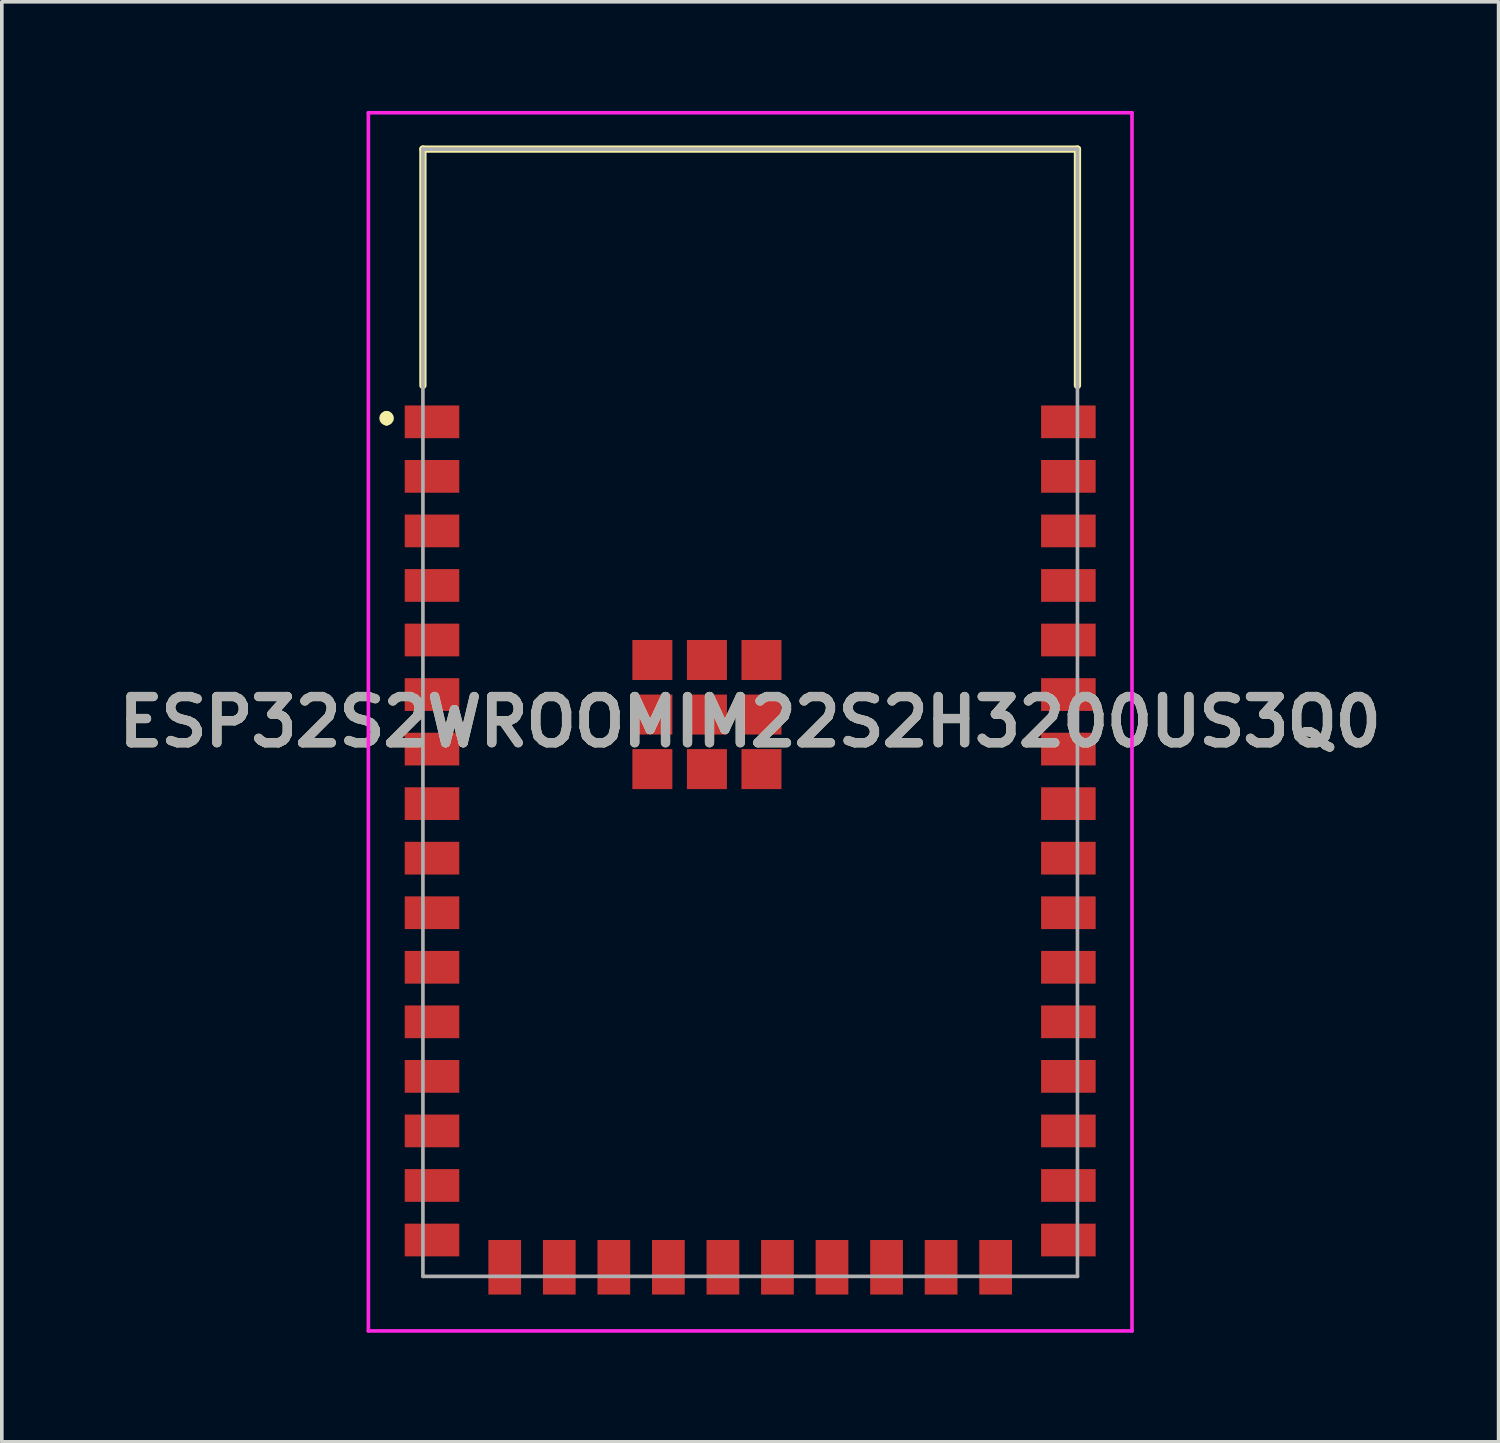
<source format=kicad_pcb>
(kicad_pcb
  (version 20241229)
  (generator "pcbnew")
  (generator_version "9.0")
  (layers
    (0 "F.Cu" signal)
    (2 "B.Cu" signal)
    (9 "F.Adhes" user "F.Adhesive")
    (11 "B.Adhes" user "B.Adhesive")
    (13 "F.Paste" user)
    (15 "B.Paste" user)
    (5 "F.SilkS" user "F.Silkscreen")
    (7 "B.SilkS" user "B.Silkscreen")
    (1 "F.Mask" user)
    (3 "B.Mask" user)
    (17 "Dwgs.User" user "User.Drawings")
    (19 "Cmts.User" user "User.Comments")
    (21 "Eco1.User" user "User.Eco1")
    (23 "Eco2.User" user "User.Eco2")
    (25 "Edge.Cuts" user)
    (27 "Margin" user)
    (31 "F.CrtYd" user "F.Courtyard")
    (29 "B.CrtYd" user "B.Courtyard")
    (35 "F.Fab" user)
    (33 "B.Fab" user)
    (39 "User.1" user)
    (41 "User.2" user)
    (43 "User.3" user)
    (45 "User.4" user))
  (footprint "ESP32S2WROOMIM22S2H3200US3Q0"
    (layer "F.Cu")
    (at 16.39 16.6)
    (property "Reference" "ESP32S2WROOMIM22S2H3200US3Q0" (at 1.19 0.2 0) (layer "F.SilkS") (effects (font (size 1.27 1.27) (thickness 0.254))))
    (attr smd)
    (fp_line (start -8.81 -8.25) (end -8.81 -8.25) (stroke (width 0.2) (type solid)) (layer "F.SilkS"))
    (fp_line (start -8.81 -8.05) (end -8.81 -8.05) (stroke (width 0.2) (type solid)) (layer "F.SilkS"))
    (fp_line (start -7.81 -15.55) (end 10.19 -15.55) (stroke (width 0.2) (type solid)) (layer "F.SilkS"))
    (fp_line (start -7.81 -9.05) (end -7.81 -15.55) (stroke (width 0.2) (type solid)) (layer "F.SilkS"))
    (fp_line (start 10.19 -15.55) (end 10.19 -9.05) (stroke (width 0.2) (type solid)) (layer "F.SilkS"))
    (fp_arc (start -8.81 -8.25) (mid -8.71 -8.15) (end -8.81 -8.05) (stroke (width 0.2) (type solid)) (layer "F.SilkS"))
    (fp_arc (start -8.81 -8.05) (mid -8.91 -8.15) (end -8.81 -8.25) (stroke (width 0.2) (type solid)) (layer "F.SilkS"))
    (fp_line (start -9.31 -16.55) (end 11.69 -16.55) (stroke (width 0.1) (type solid)) (layer "F.CrtYd"))
    (fp_line (start -9.31 16.95) (end -9.31 -16.55) (stroke (width 0.1) (type solid)) (layer "F.CrtYd"))
    (fp_line (start 11.69 -16.55) (end 11.69 16.95) (stroke (width 0.1) (type solid)) (layer "F.CrtYd"))
    (fp_line (start 11.69 16.95) (end -9.31 16.95) (stroke (width 0.1) (type solid)) (layer "F.CrtYd"))
    (fp_line (start -7.81 -15.55) (end 10.19 -15.55) (stroke (width 0.1) (type solid)) (layer "F.Fab"))
    (fp_line (start -7.81 15.45) (end -7.81 -15.55) (stroke (width 0.1) (type solid)) (layer "F.Fab"))
    (fp_line (start 10.19 -15.55) (end 10.19 15.45) (stroke (width 0.1) (type solid)) (layer "F.Fab"))
    (fp_line (start 10.19 15.45) (end -7.81 15.45) (stroke (width 0.1) (type solid)) (layer "F.Fab"))
    (fp_text user "${REFERENCE}" (at 1.19 0.2 0) (layer "F.Fab") (effects (font (size 1.27 1.27) (thickness 0.254))))
    (pad "1" smd rect (at -7.56 -8.05 90) (size 0.9 1.5) (layers "F.Cu" "F.Mask" "F.Paste"))
    (pad "2" smd rect (at -7.56 -6.55 90) (size 0.9 1.5) (layers "F.Cu" "F.Mask" "F.Paste"))
    (pad "3" smd rect (at -7.56 -5.05 90) (size 0.9 1.5) (layers "F.Cu" "F.Mask" "F.Paste"))
    (pad "4" smd rect (at -7.56 -3.55 90) (size 0.9 1.5) (layers "F.Cu" "F.Mask" "F.Paste"))
    (pad "5" smd rect (at -7.56 -2.05 90) (size 0.9 1.5) (layers "F.Cu" "F.Mask" "F.Paste"))
    (pad "6" smd rect (at -7.56 -0.55 90) (size 0.9 1.5) (layers "F.Cu" "F.Mask" "F.Paste"))
    (pad "7" smd rect (at -7.56 0.95 90) (size 0.9 1.5) (layers "F.Cu" "F.Mask" "F.Paste"))
    (pad "8" smd rect (at -7.56 2.45 90) (size 0.9 1.5) (layers "F.Cu" "F.Mask" "F.Paste"))
    (pad "9" smd rect (at -7.56 3.95 90) (size 0.9 1.5) (layers "F.Cu" "F.Mask" "F.Paste"))
    (pad "10" smd rect (at -7.56 5.45 90) (size 0.9 1.5) (layers "F.Cu" "F.Mask" "F.Paste"))
    (pad "11" smd rect (at -7.56 6.95 90) (size 0.9 1.5) (layers "F.Cu" "F.Mask" "F.Paste"))
    (pad "12" smd rect (at -7.56 8.45 90) (size 0.9 1.5) (layers "F.Cu" "F.Mask" "F.Paste"))
    (pad "13" smd rect (at -7.56 9.95 90) (size 0.9 1.5) (layers "F.Cu" "F.Mask" "F.Paste"))
    (pad "14" smd rect (at -7.56 11.45 90) (size 0.9 1.5) (layers "F.Cu" "F.Mask" "F.Paste"))
    (pad "15" smd rect (at -7.56 12.95 90) (size 0.9 1.5) (layers "F.Cu" "F.Mask" "F.Paste"))
    (pad "16" smd rect (at -7.56 14.45 90) (size 0.9 1.5) (layers "F.Cu" "F.Mask" "F.Paste"))
    (pad "17" smd rect (at -5.56 15.2) (size 0.9 1.5) (layers "F.Cu" "F.Mask" "F.Paste"))
    (pad "18" smd rect (at -4.06 15.2) (size 0.9 1.5) (layers "F.Cu" "F.Mask" "F.Paste"))
    (pad "19" smd rect (at -2.56 15.2) (size 0.9 1.5) (layers "F.Cu" "F.Mask" "F.Paste"))
    (pad "20" smd rect (at -1.06 15.2) (size 0.9 1.5) (layers "F.Cu" "F.Mask" "F.Paste"))
    (pad "21" smd rect (at 0.44 15.2) (size 0.9 1.5) (layers "F.Cu" "F.Mask" "F.Paste"))
    (pad "22" smd rect (at 1.94 15.2) (size 0.9 1.5) (layers "F.Cu" "F.Mask" "F.Paste"))
    (pad "23" smd rect (at 3.44 15.2) (size 0.9 1.5) (layers "F.Cu" "F.Mask" "F.Paste"))
    (pad "24" smd rect (at 4.94 15.2) (size 0.9 1.5) (layers "F.Cu" "F.Mask" "F.Paste"))
    (pad "25" smd rect (at 6.44 15.2) (size 0.9 1.5) (layers "F.Cu" "F.Mask" "F.Paste"))
    (pad "26" smd rect (at 7.94 15.2) (size 0.9 1.5) (layers "F.Cu" "F.Mask" "F.Paste"))
    (pad "27" smd rect (at 9.94 14.45 90) (size 0.9 1.5) (layers "F.Cu" "F.Mask" "F.Paste"))
    (pad "28" smd rect (at 9.94 12.95 90) (size 0.9 1.5) (layers "F.Cu" "F.Mask" "F.Paste"))
    (pad "29" smd rect (at 9.94 11.45 90) (size 0.9 1.5) (layers "F.Cu" "F.Mask" "F.Paste"))
    (pad "30" smd rect (at 9.94 9.95 90) (size 0.9 1.5) (layers "F.Cu" "F.Mask" "F.Paste"))
    (pad "31" smd rect (at 9.94 8.45 90) (size 0.9 1.5) (layers "F.Cu" "F.Mask" "F.Paste"))
    (pad "32" smd rect (at 9.94 6.95 90) (size 0.9 1.5) (layers "F.Cu" "F.Mask" "F.Paste"))
    (pad "33" smd rect (at 9.94 5.45 90) (size 0.9 1.5) (layers "F.Cu" "F.Mask" "F.Paste"))
    (pad "34" smd rect (at 9.94 3.95 90) (size 0.9 1.5) (layers "F.Cu" "F.Mask" "F.Paste"))
    (pad "35" smd rect (at 9.94 2.45 90) (size 0.9 1.5) (layers "F.Cu" "F.Mask" "F.Paste"))
    (pad "36" smd rect (at 9.94 0.95 90) (size 0.9 1.5) (layers "F.Cu" "F.Mask" "F.Paste"))
    (pad "37" smd rect (at 9.94 -0.55 90) (size 0.9 1.5) (layers "F.Cu" "F.Mask" "F.Paste"))
    (pad "38" smd rect (at 9.94 -2.05 90) (size 0.9 1.5) (layers "F.Cu" "F.Mask" "F.Paste"))
    (pad "39" smd rect (at 9.94 -3.55 90) (size 0.9 1.5) (layers "F.Cu" "F.Mask" "F.Paste"))
    (pad "40" smd rect (at 9.94 -5.05 90) (size 0.9 1.5) (layers "F.Cu" "F.Mask" "F.Paste"))
    (pad "41" smd rect (at 9.94 -6.55 90) (size 0.9 1.5) (layers "F.Cu" "F.Mask" "F.Paste"))
    (pad "42" smd rect (at 9.94 -8.05 90) (size 0.9 1.5) (layers "F.Cu" "F.Mask" "F.Paste"))
    (pad "43" smd rect (at 0 0) (size 1.1 1.1) (layers "F.Cu" "F.Mask" "F.Paste"))
    (pad "44" smd rect (at -1.5 0) (size 1.1 1.1) (layers "F.Cu" "F.Mask" "F.Paste"))
    (pad "45" smd rect (at -1.5 1.5) (size 1.1 1.1) (layers "F.Cu" "F.Mask" "F.Paste"))
    (pad "46" smd rect (at 0 1.5) (size 1.1 1.1) (layers "F.Cu" "F.Mask" "F.Paste"))
    (pad "47" smd rect (at 1.5 1.5) (size 1.1 1.1) (layers "F.Cu" "F.Mask" "F.Paste"))
    (pad "48" smd rect (at 1.5 0) (size 1.1 1.1) (layers "F.Cu" "F.Mask" "F.Paste"))
    (pad "49" smd rect (at 1.5 -1.5) (size 1.1 1.1) (layers "F.Cu" "F.Mask" "F.Paste"))
    (pad "50" smd rect (at 0 -1.5) (size 1.1 1.1) (layers "F.Cu" "F.Mask" "F.Paste"))
    (pad "51" smd rect (at -1.5 -1.5) (size 1.1 1.1) (layers "F.Cu" "F.Mask" "F.Paste")))
  (gr_rect
    (start -3 -3)
    (end 38.161 36.6)
    (stroke (width 0.1) (type default))
    (fill no)
    (layer "Edge.Cuts")))
</source>
